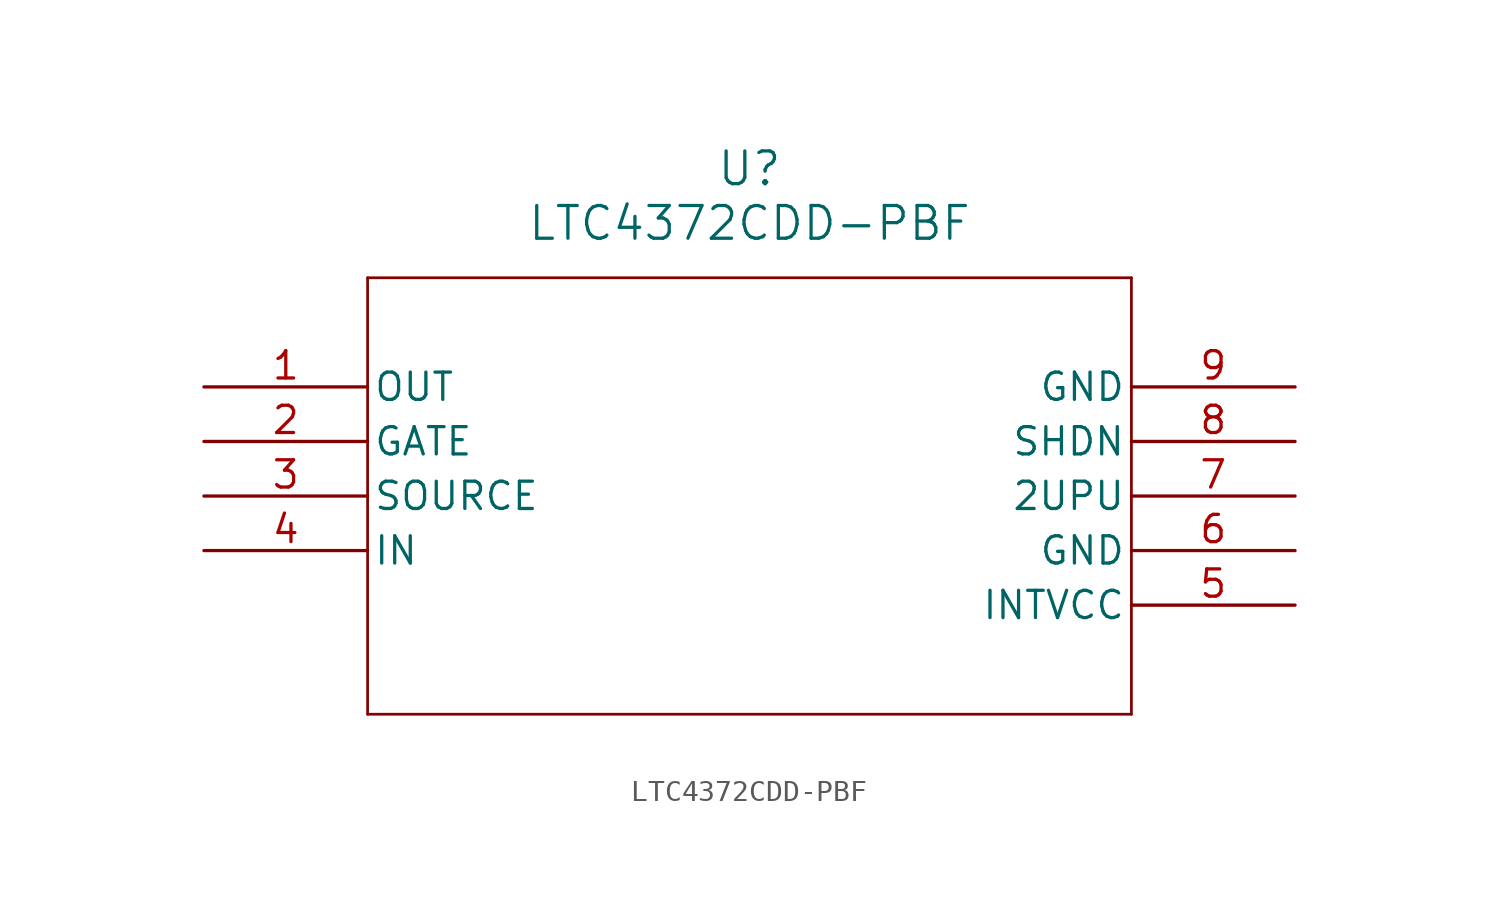
<source format=kicad_sym>
(kicad_symbol_lib
  (version 20211014)
  (generator kicad_symbol_editor)
  (symbol "LTC4372CDD-PBF"
    (pin_names
      (offset 0.254))
    (property "Reference" "U"
      (at 25.4 10.16 0)
      (effects (font (size 1.524 1.524))))
    (property "Value" "LTC4372CDD-PBF"
      (at 25.4 7.62 0)
      (effects (font (size 1.524 1.524))))
    (symbol "LTC4372CDD-PBF_0_1"
      (polyline (pts (xy 7.62 5.08) (xy 7.62 -15.24)) (stroke (width 0.127) (type default) (color 0 0 0 0)) (fill (type none)))
      (polyline (pts (xy 7.62 -15.24) (xy 43.18 -15.24)) (stroke (width 0.127) (type default) (color 0 0 0 0)) (fill (type none)))
      (polyline (pts (xy 43.18 -15.24) (xy 43.18 5.08)) (stroke (width 0.127) (type default) (color 0 0 0 0)) (fill (type none)))
      (polyline (pts (xy 43.18 5.08) (xy 7.62 5.08)) (stroke (width 0.127) (type default) (color 0 0 0 0)) (fill (type none)))
      (pin output line (at 0 0 0) (length 7.62) (name "OUT" (effects (font (size 1.27 1.27)))) (number "1" (effects (font (size 1.27 1.27)))))
      (pin power_in line (at 0 -2.54 0) (length 7.62) (name "GATE" (effects (font (size 1.27 1.27)))) (number "2" (effects (font (size 1.27 1.27)))))
      (pin power_in line (at 0 -5.08 0) (length 7.62) (name "SOURCE" (effects (font (size 1.27 1.27)))) (number "3" (effects (font (size 1.27 1.27)))))
      (pin power_in line (at 0 -7.62 0) (length 7.62) (name "IN" (effects (font (size 1.27 1.27)))) (number "4" (effects (font (size 1.27 1.27)))))
      (pin power_in line (at 50.8 -10.16 180) (length 7.62) (name "INTVCC" (effects (font (size 1.27 1.27)))) (number "5" (effects (font (size 1.27 1.27)))))
      (pin power_out line (at 50.8 -7.62 180) (length 7.62) (name "GND" (effects (font (size 1.27 1.27)))) (number "6" (effects (font (size 1.27 1.27)))))
      (pin output line (at 50.8 -5.08 180) (length 7.62) (name "2UPU" (effects (font (size 1.27 1.27)))) (number "7" (effects (font (size 1.27 1.27)))))
      (pin input line (at 50.8 -2.54 180) (length 7.62) (name "SHDN" (effects (font (size 1.27 1.27)))) (number "8" (effects (font (size 1.27 1.27)))))
      (pin power_out line (at 50.8 0 180) (length 7.62) (name "GND" (effects (font (size 1.27 1.27)))) (number "9" (effects (font (size 1.27 1.27))))))))
</source>
